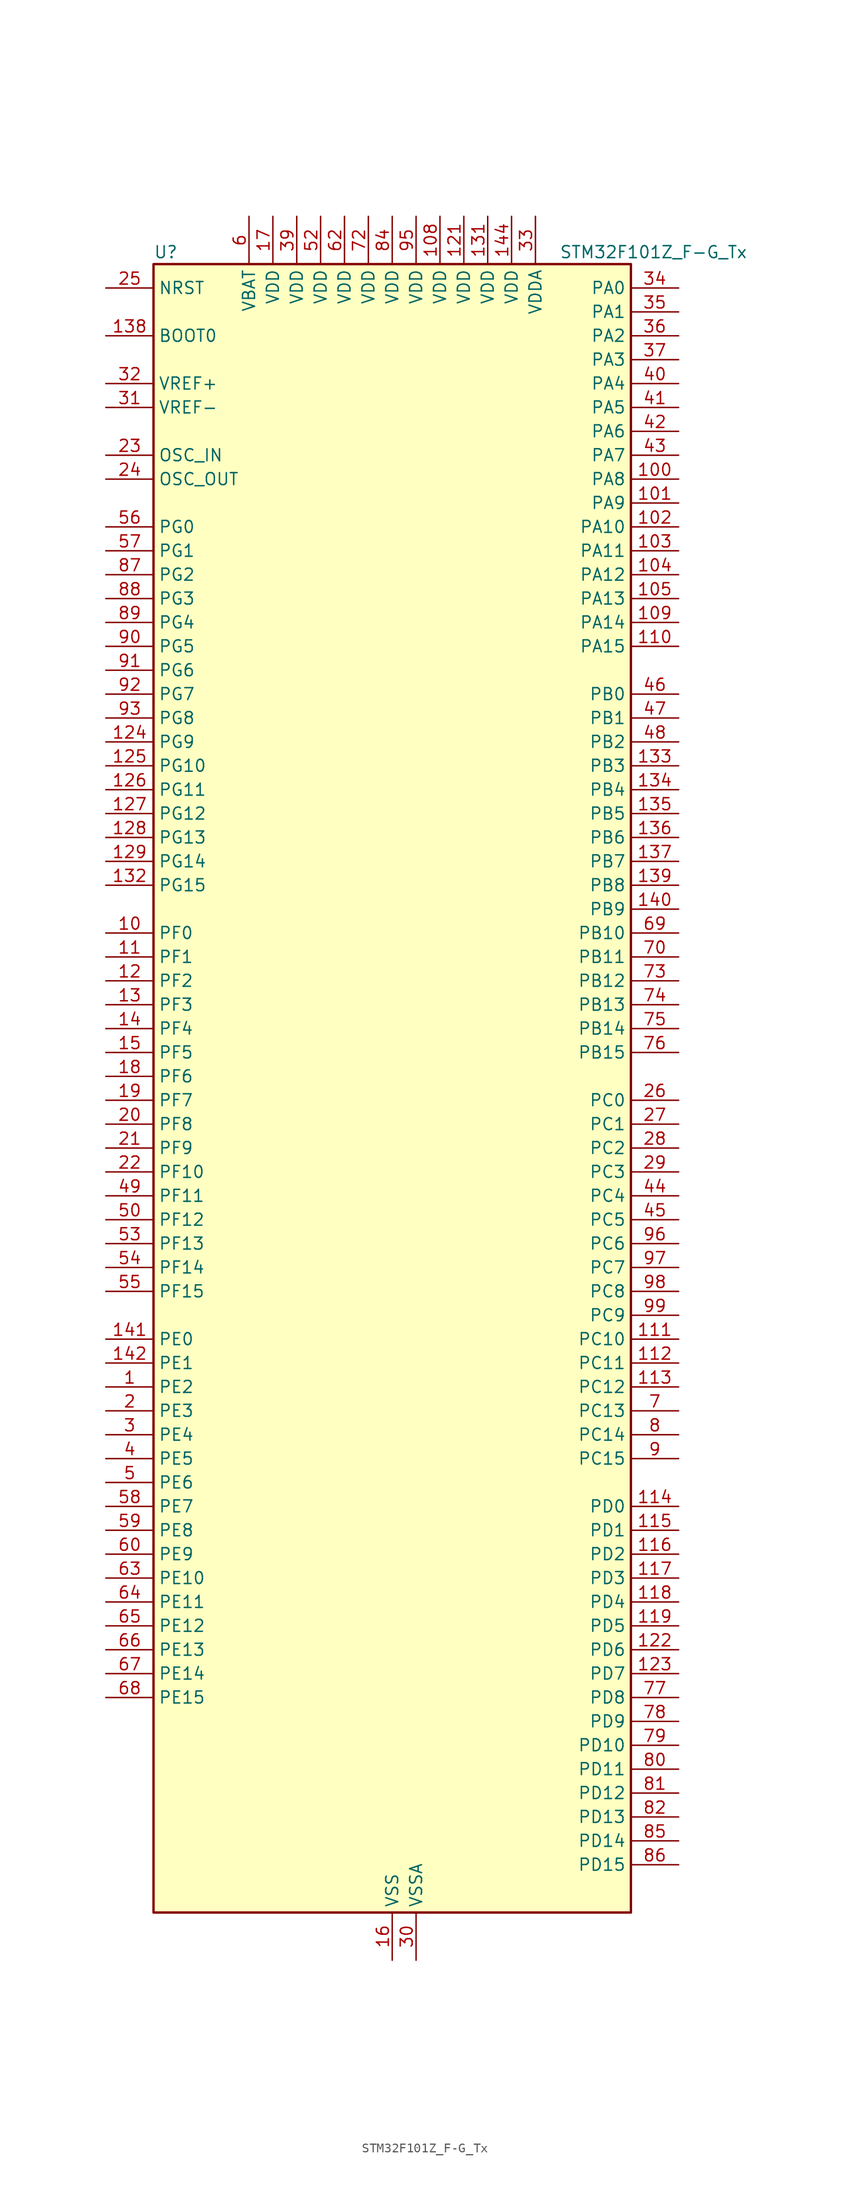
<source format=kicad_sym>
(kicad_symbol_lib
  (version 20231120)
  (generator "kicad_symbol_editor")
  (generator_version "8.0")
  (symbol "STM32F101Z_F-G_Tx"
    (property "Reference" "U"
      (at -25.4 90.17 0)
      (effects (font (size 1.27 1.27)) (justify left)))
    (property "Value" "STM32F101Z_F-G_Tx"
      (at 17.78 90.17 0)
      (effects (font (size 1.27 1.27)) (justify left)))
    (property "ki_locked" ""
      (at 0 0 0)
      (effects (font (size 1.27 1.27))))
    (symbol "STM32F101Z_F-G_Tx_0_1"
      (rectangle (start -25.4 -86.36) (end 25.4 88.9) (stroke (width 0.254) (type default)) (fill (type background))))
    (symbol "STM32F101Z_F-G_Tx_1_1"
      (pin bidirectional line (at -30.48 -30.48 0) (length 5.08) (name "PE2" (effects (font (size 1.27 1.27)))) (number "1" (effects (font (size 1.27 1.27)))) (alternate "FSMC_A23" bidirectional line) (alternate "SYS_TRACECLK" bidirectional line))
      (pin bidirectional line (at -30.48 17.78 0) (length 5.08) (name "PF0" (effects (font (size 1.27 1.27)))) (number "10" (effects (font (size 1.27 1.27)))) (alternate "FSMC_A0" bidirectional line))
      (pin bidirectional line (at 30.48 66.04 180) (length 5.08) (name "PA8" (effects (font (size 1.27 1.27)))) (number "100" (effects (font (size 1.27 1.27)))) (alternate "RCC_MCO" bidirectional line) (alternate "USART1_CK" bidirectional line))
      (pin bidirectional line (at 30.48 63.5 180) (length 5.08) (name "PA9" (effects (font (size 1.27 1.27)))) (number "101" (effects (font (size 1.27 1.27)))) (alternate "DAC_EXTI9" bidirectional line) (alternate "USART1_TX" bidirectional line))
      (pin bidirectional line (at 30.48 60.96 180) (length 5.08) (name "PA10" (effects (font (size 1.27 1.27)))) (number "102" (effects (font (size 1.27 1.27)))) (alternate "USART1_RX" bidirectional line))
      (pin bidirectional line (at 30.48 58.42 180) (length 5.08) (name "PA11" (effects (font (size 1.27 1.27)))) (number "103" (effects (font (size 1.27 1.27)))) (alternate "ADC1_EXTI11" bidirectional line) (alternate "USART1_CTS" bidirectional line))
      (pin bidirectional line (at 30.48 55.88 180) (length 5.08) (name "PA12" (effects (font (size 1.27 1.27)))) (number "104" (effects (font (size 1.27 1.27)))) (alternate "USART1_RTS" bidirectional line))
      (pin bidirectional line (at 30.48 53.34 180) (length 5.08) (name "PA13" (effects (font (size 1.27 1.27)))) (number "105" (effects (font (size 1.27 1.27)))) (alternate "SYS_JTMS-SWDIO" bidirectional line))
      (pin no_connect line (at -25.4 -86.36 0) (length 5.08) hide (name "NC" (effects (font (size 1.27 1.27)))) (number "106" (effects (font (size 1.27 1.27)))))
      (pin passive line (at 0 -91.44 90) (length 5.08) hide (name "VSS" (effects (font (size 1.27 1.27)))) (number "107" (effects (font (size 1.27 1.27)))))
      (pin power_in line (at 5.08 93.98 270) (length 5.08) (name "VDD" (effects (font (size 1.27 1.27)))) (number "108" (effects (font (size 1.27 1.27)))))
      (pin bidirectional line (at 30.48 50.8 180) (length 5.08) (name "PA14" (effects (font (size 1.27 1.27)))) (number "109" (effects (font (size 1.27 1.27)))) (alternate "SYS_JTCK-SWCLK" bidirectional line))
      (pin bidirectional line (at -30.48 15.24 0) (length 5.08) (name "PF1" (effects (font (size 1.27 1.27)))) (number "11" (effects (font (size 1.27 1.27)))) (alternate "FSMC_A1" bidirectional line))
      (pin bidirectional line (at 30.48 48.26 180) (length 5.08) (name "PA15" (effects (font (size 1.27 1.27)))) (number "110" (effects (font (size 1.27 1.27)))) (alternate "ADC1_EXTI15" bidirectional line) (alternate "SPI1_NSS" bidirectional line) (alternate "SPI3_NSS" bidirectional line) (alternate "SYS_JTDI" bidirectional line) (alternate "TIM2_CH1" bidirectional line) (alternate "TIM2_ETR" bidirectional line))
      (pin bidirectional line (at 30.48 -25.4 180) (length 5.08) (name "PC10" (effects (font (size 1.27 1.27)))) (number "111" (effects (font (size 1.27 1.27)))) (alternate "UART4_TX" bidirectional line) (alternate "USART3_TX" bidirectional line))
      (pin bidirectional line (at 30.48 -27.94 180) (length 5.08) (name "PC11" (effects (font (size 1.27 1.27)))) (number "112" (effects (font (size 1.27 1.27)))) (alternate "ADC1_EXTI11" bidirectional line) (alternate "UART4_RX" bidirectional line) (alternate "USART3_RX" bidirectional line))
      (pin bidirectional line (at 30.48 -30.48 180) (length 5.08) (name "PC12" (effects (font (size 1.27 1.27)))) (number "113" (effects (font (size 1.27 1.27)))) (alternate "UART5_TX" bidirectional line) (alternate "USART3_CK" bidirectional line))
      (pin bidirectional line (at 30.48 -43.18 180) (length 5.08) (name "PD0" (effects (font (size 1.27 1.27)))) (number "114" (effects (font (size 1.27 1.27)))) (alternate "FSMC_D2" bidirectional line) (alternate "FSMC_DA2" bidirectional line))
      (pin bidirectional line (at 30.48 -45.72 180) (length 5.08) (name "PD1" (effects (font (size 1.27 1.27)))) (number "115" (effects (font (size 1.27 1.27)))) (alternate "FSMC_D3" bidirectional line) (alternate "FSMC_DA3" bidirectional line))
      (pin bidirectional line (at 30.48 -48.26 180) (length 5.08) (name "PD2" (effects (font (size 1.27 1.27)))) (number "116" (effects (font (size 1.27 1.27)))) (alternate "TIM3_ETR" bidirectional line) (alternate "UART5_RX" bidirectional line))
      (pin bidirectional line (at 30.48 -50.8 180) (length 5.08) (name "PD3" (effects (font (size 1.27 1.27)))) (number "117" (effects (font (size 1.27 1.27)))) (alternate "FSMC_CLK" bidirectional line) (alternate "USART2_CTS" bidirectional line))
      (pin bidirectional line (at 30.48 -53.34 180) (length 5.08) (name "PD4" (effects (font (size 1.27 1.27)))) (number "118" (effects (font (size 1.27 1.27)))) (alternate "FSMC_NOE" bidirectional line) (alternate "USART2_RTS" bidirectional line))
      (pin bidirectional line (at 30.48 -55.88 180) (length 5.08) (name "PD5" (effects (font (size 1.27 1.27)))) (number "119" (effects (font (size 1.27 1.27)))) (alternate "FSMC_NWE" bidirectional line) (alternate "USART2_TX" bidirectional line))
      (pin bidirectional line (at -30.48 12.7 0) (length 5.08) (name "PF2" (effects (font (size 1.27 1.27)))) (number "12" (effects (font (size 1.27 1.27)))) (alternate "FSMC_A2" bidirectional line))
      (pin passive line (at 0 -91.44 90) (length 5.08) hide (name "VSS" (effects (font (size 1.27 1.27)))) (number "120" (effects (font (size 1.27 1.27)))))
      (pin power_in line (at 7.62 93.98 270) (length 5.08) (name "VDD" (effects (font (size 1.27 1.27)))) (number "121" (effects (font (size 1.27 1.27)))))
      (pin bidirectional line (at 30.48 -58.42 180) (length 5.08) (name "PD6" (effects (font (size 1.27 1.27)))) (number "122" (effects (font (size 1.27 1.27)))) (alternate "FSMC_NWAIT" bidirectional line) (alternate "USART2_RX" bidirectional line))
      (pin bidirectional line (at 30.48 -60.96 180) (length 5.08) (name "PD7" (effects (font (size 1.27 1.27)))) (number "123" (effects (font (size 1.27 1.27)))) (alternate "FSMC_NCE2" bidirectional line) (alternate "FSMC_NE1" bidirectional line) (alternate "USART2_CK" bidirectional line))
      (pin bidirectional line (at -30.48 38.1 0) (length 5.08) (name "PG9" (effects (font (size 1.27 1.27)))) (number "124" (effects (font (size 1.27 1.27)))) (alternate "DAC_EXTI9" bidirectional line) (alternate "FSMC_NCE3" bidirectional line) (alternate "FSMC_NE2" bidirectional line))
      (pin bidirectional line (at -30.48 35.56 0) (length 5.08) (name "PG10" (effects (font (size 1.27 1.27)))) (number "125" (effects (font (size 1.27 1.27)))) (alternate "FSMC_NCE4_1" bidirectional line) (alternate "FSMC_NE3" bidirectional line))
      (pin bidirectional line (at -30.48 33.02 0) (length 5.08) (name "PG11" (effects (font (size 1.27 1.27)))) (number "126" (effects (font (size 1.27 1.27)))) (alternate "ADC1_EXTI11" bidirectional line) (alternate "FSMC_NCE4_2" bidirectional line))
      (pin bidirectional line (at -30.48 30.48 0) (length 5.08) (name "PG12" (effects (font (size 1.27 1.27)))) (number "127" (effects (font (size 1.27 1.27)))) (alternate "FSMC_NE4" bidirectional line))
      (pin bidirectional line (at -30.48 27.94 0) (length 5.08) (name "PG13" (effects (font (size 1.27 1.27)))) (number "128" (effects (font (size 1.27 1.27)))) (alternate "FSMC_A24" bidirectional line))
      (pin bidirectional line (at -30.48 25.4 0) (length 5.08) (name "PG14" (effects (font (size 1.27 1.27)))) (number "129" (effects (font (size 1.27 1.27)))) (alternate "FSMC_A25" bidirectional line))
      (pin bidirectional line (at -30.48 10.16 0) (length 5.08) (name "PF3" (effects (font (size 1.27 1.27)))) (number "13" (effects (font (size 1.27 1.27)))) (alternate "FSMC_A3" bidirectional line))
      (pin passive line (at 0 -91.44 90) (length 5.08) hide (name "VSS" (effects (font (size 1.27 1.27)))) (number "130" (effects (font (size 1.27 1.27)))))
      (pin power_in line (at 10.16 93.98 270) (length 5.08) (name "VDD" (effects (font (size 1.27 1.27)))) (number "131" (effects (font (size 1.27 1.27)))))
      (pin bidirectional line (at -30.48 22.86 0) (length 5.08) (name "PG15" (effects (font (size 1.27 1.27)))) (number "132" (effects (font (size 1.27 1.27)))) (alternate "ADC1_EXTI15" bidirectional line))
      (pin bidirectional line (at 30.48 35.56 180) (length 5.08) (name "PB3" (effects (font (size 1.27 1.27)))) (number "133" (effects (font (size 1.27 1.27)))) (alternate "SPI1_SCK" bidirectional line) (alternate "SPI3_SCK" bidirectional line) (alternate "SYS_JTDO-TRACESWO" bidirectional line) (alternate "TIM2_CH2" bidirectional line))
      (pin bidirectional line (at 30.48 33.02 180) (length 5.08) (name "PB4" (effects (font (size 1.27 1.27)))) (number "134" (effects (font (size 1.27 1.27)))) (alternate "SPI1_MISO" bidirectional line) (alternate "SPI3_MISO" bidirectional line) (alternate "SYS_NJTRST" bidirectional line) (alternate "TIM3_CH1" bidirectional line))
      (pin bidirectional line (at 30.48 30.48 180) (length 5.08) (name "PB5" (effects (font (size 1.27 1.27)))) (number "135" (effects (font (size 1.27 1.27)))) (alternate "I2C1_SMBA" bidirectional line) (alternate "SPI1_MOSI" bidirectional line) (alternate "SPI3_MOSI" bidirectional line) (alternate "TIM3_CH2" bidirectional line))
      (pin bidirectional line (at 30.48 27.94 180) (length 5.08) (name "PB6" (effects (font (size 1.27 1.27)))) (number "136" (effects (font (size 1.27 1.27)))) (alternate "I2C1_SCL" bidirectional line) (alternate "TIM4_CH1" bidirectional line) (alternate "USART1_TX" bidirectional line))
      (pin bidirectional line (at 30.48 25.4 180) (length 5.08) (name "PB7" (effects (font (size 1.27 1.27)))) (number "137" (effects (font (size 1.27 1.27)))) (alternate "FSMC_NL" bidirectional line) (alternate "I2C1_SDA" bidirectional line) (alternate "TIM4_CH2" bidirectional line) (alternate "USART1_RX" bidirectional line))
      (pin input line (at -30.48 81.28 0) (length 5.08) (name "BOOT0" (effects (font (size 1.27 1.27)))) (number "138" (effects (font (size 1.27 1.27)))))
      (pin bidirectional line (at 30.48 22.86 180) (length 5.08) (name "PB8" (effects (font (size 1.27 1.27)))) (number "139" (effects (font (size 1.27 1.27)))) (alternate "I2C1_SCL" bidirectional line) (alternate "TIM10_CH1" bidirectional line) (alternate "TIM4_CH3" bidirectional line))
      (pin bidirectional line (at -30.48 7.62 0) (length 5.08) (name "PF4" (effects (font (size 1.27 1.27)))) (number "14" (effects (font (size 1.27 1.27)))) (alternate "FSMC_A4" bidirectional line))
      (pin bidirectional line (at 30.48 20.32 180) (length 5.08) (name "PB9" (effects (font (size 1.27 1.27)))) (number "140" (effects (font (size 1.27 1.27)))) (alternate "DAC_EXTI9" bidirectional line) (alternate "I2C1_SDA" bidirectional line) (alternate "TIM11_CH1" bidirectional line) (alternate "TIM4_CH4" bidirectional line))
      (pin bidirectional line (at -30.48 -25.4 0) (length 5.08) (name "PE0" (effects (font (size 1.27 1.27)))) (number "141" (effects (font (size 1.27 1.27)))) (alternate "FSMC_NBL0" bidirectional line) (alternate "TIM4_ETR" bidirectional line))
      (pin bidirectional line (at -30.48 -27.94 0) (length 5.08) (name "PE1" (effects (font (size 1.27 1.27)))) (number "142" (effects (font (size 1.27 1.27)))) (alternate "FSMC_NBL1" bidirectional line))
      (pin passive line (at 0 -91.44 90) (length 5.08) hide (name "VSS" (effects (font (size 1.27 1.27)))) (number "143" (effects (font (size 1.27 1.27)))))
      (pin power_in line (at 12.7 93.98 270) (length 5.08) (name "VDD" (effects (font (size 1.27 1.27)))) (number "144" (effects (font (size 1.27 1.27)))))
      (pin bidirectional line (at -30.48 5.08 0) (length 5.08) (name "PF5" (effects (font (size 1.27 1.27)))) (number "15" (effects (font (size 1.27 1.27)))) (alternate "FSMC_A5" bidirectional line))
      (pin power_in line (at 0 -91.44 90) (length 5.08) (name "VSS" (effects (font (size 1.27 1.27)))) (number "16" (effects (font (size 1.27 1.27)))))
      (pin power_in line (at -12.7 93.98 270) (length 5.08) (name "VDD" (effects (font (size 1.27 1.27)))) (number "17" (effects (font (size 1.27 1.27)))))
      (pin bidirectional line (at -30.48 2.54 0) (length 5.08) (name "PF6" (effects (font (size 1.27 1.27)))) (number "18" (effects (font (size 1.27 1.27)))) (alternate "FSMC_NIORD" bidirectional line) (alternate "TIM10_CH1" bidirectional line))
      (pin bidirectional line (at -30.48 0 0) (length 5.08) (name "PF7" (effects (font (size 1.27 1.27)))) (number "19" (effects (font (size 1.27 1.27)))) (alternate "FSMC_NREG" bidirectional line) (alternate "TIM11_CH1" bidirectional line))
      (pin bidirectional line (at -30.48 -33.02 0) (length 5.08) (name "PE3" (effects (font (size 1.27 1.27)))) (number "2" (effects (font (size 1.27 1.27)))) (alternate "FSMC_A19" bidirectional line) (alternate "SYS_TRACED0" bidirectional line))
      (pin bidirectional line (at -30.48 -2.54 0) (length 5.08) (name "PF8" (effects (font (size 1.27 1.27)))) (number "20" (effects (font (size 1.27 1.27)))) (alternate "FSMC_NIOWR" bidirectional line) (alternate "TIM13_CH1" bidirectional line))
      (pin bidirectional line (at -30.48 -5.08 0) (length 5.08) (name "PF9" (effects (font (size 1.27 1.27)))) (number "21" (effects (font (size 1.27 1.27)))) (alternate "DAC_EXTI9" bidirectional line) (alternate "FSMC_CD" bidirectional line) (alternate "TIM14_CH1" bidirectional line))
      (pin bidirectional line (at -30.48 -7.62 0) (length 5.08) (name "PF10" (effects (font (size 1.27 1.27)))) (number "22" (effects (font (size 1.27 1.27)))) (alternate "FSMC_INTR" bidirectional line))
      (pin input line (at -30.48 68.58 0) (length 5.08) (name "OSC_IN" (effects (font (size 1.27 1.27)))) (number "23" (effects (font (size 1.27 1.27)))) (alternate "RCC_OSC_IN" bidirectional line))
      (pin input line (at -30.48 66.04 0) (length 5.08) (name "OSC_OUT" (effects (font (size 1.27 1.27)))) (number "24" (effects (font (size 1.27 1.27)))) (alternate "RCC_OSC_OUT" bidirectional line))
      (pin input line (at -30.48 86.36 0) (length 5.08) (name "NRST" (effects (font (size 1.27 1.27)))) (number "25" (effects (font (size 1.27 1.27)))))
      (pin bidirectional line (at 30.48 0 180) (length 5.08) (name "PC0" (effects (font (size 1.27 1.27)))) (number "26" (effects (font (size 1.27 1.27)))) (alternate "ADC1_IN10" bidirectional line))
      (pin bidirectional line (at 30.48 -2.54 180) (length 5.08) (name "PC1" (effects (font (size 1.27 1.27)))) (number "27" (effects (font (size 1.27 1.27)))) (alternate "ADC1_IN11" bidirectional line))
      (pin bidirectional line (at 30.48 -5.08 180) (length 5.08) (name "PC2" (effects (font (size 1.27 1.27)))) (number "28" (effects (font (size 1.27 1.27)))) (alternate "ADC1_IN12" bidirectional line))
      (pin bidirectional line (at 30.48 -7.62 180) (length 5.08) (name "PC3" (effects (font (size 1.27 1.27)))) (number "29" (effects (font (size 1.27 1.27)))) (alternate "ADC1_IN13" bidirectional line))
      (pin bidirectional line (at -30.48 -35.56 0) (length 5.08) (name "PE4" (effects (font (size 1.27 1.27)))) (number "3" (effects (font (size 1.27 1.27)))) (alternate "FSMC_A20" bidirectional line) (alternate "SYS_TRACED1" bidirectional line))
      (pin power_in line (at 2.54 -91.44 90) (length 5.08) (name "VSSA" (effects (font (size 1.27 1.27)))) (number "30" (effects (font (size 1.27 1.27)))))
      (pin input line (at -30.48 73.66 0) (length 5.08) (name "VREF-" (effects (font (size 1.27 1.27)))) (number "31" (effects (font (size 1.27 1.27)))))
      (pin input line (at -30.48 76.2 0) (length 5.08) (name "VREF+" (effects (font (size 1.27 1.27)))) (number "32" (effects (font (size 1.27 1.27)))))
      (pin power_in line (at 15.24 93.98 270) (length 5.08) (name "VDDA" (effects (font (size 1.27 1.27)))) (number "33" (effects (font (size 1.27 1.27)))))
      (pin bidirectional line (at 30.48 86.36 180) (length 5.08) (name "PA0" (effects (font (size 1.27 1.27)))) (number "34" (effects (font (size 1.27 1.27)))) (alternate "ADC1_IN0" bidirectional line) (alternate "SYS_WKUP" bidirectional line) (alternate "TIM2_CH1" bidirectional line) (alternate "TIM2_ETR" bidirectional line) (alternate "TIM5_CH1" bidirectional line) (alternate "USART2_CTS" bidirectional line))
      (pin bidirectional line (at 30.48 83.82 180) (length 5.08) (name "PA1" (effects (font (size 1.27 1.27)))) (number "35" (effects (font (size 1.27 1.27)))) (alternate "ADC1_IN1" bidirectional line) (alternate "TIM2_CH2" bidirectional line) (alternate "TIM5_CH2" bidirectional line) (alternate "USART2_RTS" bidirectional line))
      (pin bidirectional line (at 30.48 81.28 180) (length 5.08) (name "PA2" (effects (font (size 1.27 1.27)))) (number "36" (effects (font (size 1.27 1.27)))) (alternate "ADC1_IN2" bidirectional line) (alternate "TIM2_CH3" bidirectional line) (alternate "TIM5_CH3" bidirectional line) (alternate "TIM9_CH1" bidirectional line) (alternate "USART2_TX" bidirectional line))
      (pin bidirectional line (at 30.48 78.74 180) (length 5.08) (name "PA3" (effects (font (size 1.27 1.27)))) (number "37" (effects (font (size 1.27 1.27)))) (alternate "ADC1_IN3" bidirectional line) (alternate "TIM2_CH4" bidirectional line) (alternate "TIM5_CH4" bidirectional line) (alternate "TIM9_CH2" bidirectional line) (alternate "USART2_RX" bidirectional line))
      (pin passive line (at 0 -91.44 90) (length 5.08) hide (name "VSS" (effects (font (size 1.27 1.27)))) (number "38" (effects (font (size 1.27 1.27)))))
      (pin power_in line (at -10.16 93.98 270) (length 5.08) (name "VDD" (effects (font (size 1.27 1.27)))) (number "39" (effects (font (size 1.27 1.27)))))
      (pin bidirectional line (at -30.48 -38.1 0) (length 5.08) (name "PE5" (effects (font (size 1.27 1.27)))) (number "4" (effects (font (size 1.27 1.27)))) (alternate "FSMC_A21" bidirectional line) (alternate "SYS_TRACED2" bidirectional line) (alternate "TIM9_CH1" bidirectional line))
      (pin bidirectional line (at 30.48 76.2 180) (length 5.08) (name "PA4" (effects (font (size 1.27 1.27)))) (number "40" (effects (font (size 1.27 1.27)))) (alternate "ADC1_IN4" bidirectional line) (alternate "DAC_OUT1" bidirectional line) (alternate "SPI1_NSS" bidirectional line) (alternate "USART2_CK" bidirectional line))
      (pin bidirectional line (at 30.48 73.66 180) (length 5.08) (name "PA5" (effects (font (size 1.27 1.27)))) (number "41" (effects (font (size 1.27 1.27)))) (alternate "ADC1_IN5" bidirectional line) (alternate "DAC_OUT2" bidirectional line) (alternate "SPI1_SCK" bidirectional line))
      (pin bidirectional line (at 30.48 71.12 180) (length 5.08) (name "PA6" (effects (font (size 1.27 1.27)))) (number "42" (effects (font (size 1.27 1.27)))) (alternate "ADC1_IN6" bidirectional line) (alternate "SPI1_MISO" bidirectional line) (alternate "TIM13_CH1" bidirectional line) (alternate "TIM3_CH1" bidirectional line))
      (pin bidirectional line (at 30.48 68.58 180) (length 5.08) (name "PA7" (effects (font (size 1.27 1.27)))) (number "43" (effects (font (size 1.27 1.27)))) (alternate "ADC1_IN7" bidirectional line) (alternate "SPI1_MOSI" bidirectional line) (alternate "TIM14_CH1" bidirectional line) (alternate "TIM3_CH2" bidirectional line))
      (pin bidirectional line (at 30.48 -10.16 180) (length 5.08) (name "PC4" (effects (font (size 1.27 1.27)))) (number "44" (effects (font (size 1.27 1.27)))) (alternate "ADC1_IN14" bidirectional line))
      (pin bidirectional line (at 30.48 -12.7 180) (length 5.08) (name "PC5" (effects (font (size 1.27 1.27)))) (number "45" (effects (font (size 1.27 1.27)))) (alternate "ADC1_IN15" bidirectional line))
      (pin bidirectional line (at 30.48 43.18 180) (length 5.08) (name "PB0" (effects (font (size 1.27 1.27)))) (number "46" (effects (font (size 1.27 1.27)))) (alternate "ADC1_IN8" bidirectional line) (alternate "TIM3_CH3" bidirectional line))
      (pin bidirectional line (at 30.48 40.64 180) (length 5.08) (name "PB1" (effects (font (size 1.27 1.27)))) (number "47" (effects (font (size 1.27 1.27)))) (alternate "ADC1_IN9" bidirectional line) (alternate "TIM3_CH4" bidirectional line))
      (pin bidirectional line (at 30.48 38.1 180) (length 5.08) (name "PB2" (effects (font (size 1.27 1.27)))) (number "48" (effects (font (size 1.27 1.27)))))
      (pin bidirectional line (at -30.48 -10.16 0) (length 5.08) (name "PF11" (effects (font (size 1.27 1.27)))) (number "49" (effects (font (size 1.27 1.27)))) (alternate "ADC1_EXTI11" bidirectional line) (alternate "FSMC_NIOS16" bidirectional line))
      (pin bidirectional line (at -30.48 -40.64 0) (length 5.08) (name "PE6" (effects (font (size 1.27 1.27)))) (number "5" (effects (font (size 1.27 1.27)))) (alternate "FSMC_A22" bidirectional line) (alternate "SYS_TRACED3" bidirectional line) (alternate "TIM9_CH2" bidirectional line))
      (pin bidirectional line (at -30.48 -12.7 0) (length 5.08) (name "PF12" (effects (font (size 1.27 1.27)))) (number "50" (effects (font (size 1.27 1.27)))) (alternate "FSMC_A6" bidirectional line))
      (pin passive line (at 0 -91.44 90) (length 5.08) hide (name "VSS" (effects (font (size 1.27 1.27)))) (number "51" (effects (font (size 1.27 1.27)))))
      (pin power_in line (at -7.62 93.98 270) (length 5.08) (name "VDD" (effects (font (size 1.27 1.27)))) (number "52" (effects (font (size 1.27 1.27)))))
      (pin bidirectional line (at -30.48 -15.24 0) (length 5.08) (name "PF13" (effects (font (size 1.27 1.27)))) (number "53" (effects (font (size 1.27 1.27)))) (alternate "FSMC_A7" bidirectional line))
      (pin bidirectional line (at -30.48 -17.78 0) (length 5.08) (name "PF14" (effects (font (size 1.27 1.27)))) (number "54" (effects (font (size 1.27 1.27)))) (alternate "FSMC_A8" bidirectional line))
      (pin bidirectional line (at -30.48 -20.32 0) (length 5.08) (name "PF15" (effects (font (size 1.27 1.27)))) (number "55" (effects (font (size 1.27 1.27)))) (alternate "ADC1_EXTI15" bidirectional line) (alternate "FSMC_A9" bidirectional line))
      (pin bidirectional line (at -30.48 60.96 0) (length 5.08) (name "PG0" (effects (font (size 1.27 1.27)))) (number "56" (effects (font (size 1.27 1.27)))) (alternate "FSMC_A10" bidirectional line))
      (pin bidirectional line (at -30.48 58.42 0) (length 5.08) (name "PG1" (effects (font (size 1.27 1.27)))) (number "57" (effects (font (size 1.27 1.27)))) (alternate "FSMC_A11" bidirectional line))
      (pin bidirectional line (at -30.48 -43.18 0) (length 5.08) (name "PE7" (effects (font (size 1.27 1.27)))) (number "58" (effects (font (size 1.27 1.27)))) (alternate "FSMC_D4" bidirectional line) (alternate "FSMC_DA4" bidirectional line))
      (pin bidirectional line (at -30.48 -45.72 0) (length 5.08) (name "PE8" (effects (font (size 1.27 1.27)))) (number "59" (effects (font (size 1.27 1.27)))) (alternate "FSMC_D5" bidirectional line) (alternate "FSMC_DA5" bidirectional line))
      (pin power_in line (at -15.24 93.98 270) (length 5.08) (name "VBAT" (effects (font (size 1.27 1.27)))) (number "6" (effects (font (size 1.27 1.27)))))
      (pin bidirectional line (at -30.48 -48.26 0) (length 5.08) (name "PE9" (effects (font (size 1.27 1.27)))) (number "60" (effects (font (size 1.27 1.27)))) (alternate "DAC_EXTI9" bidirectional line) (alternate "FSMC_D6" bidirectional line) (alternate "FSMC_DA6" bidirectional line))
      (pin passive line (at 0 -91.44 90) (length 5.08) hide (name "VSS" (effects (font (size 1.27 1.27)))) (number "61" (effects (font (size 1.27 1.27)))))
      (pin power_in line (at -5.08 93.98 270) (length 5.08) (name "VDD" (effects (font (size 1.27 1.27)))) (number "62" (effects (font (size 1.27 1.27)))))
      (pin bidirectional line (at -30.48 -50.8 0) (length 5.08) (name "PE10" (effects (font (size 1.27 1.27)))) (number "63" (effects (font (size 1.27 1.27)))) (alternate "FSMC_D7" bidirectional line) (alternate "FSMC_DA7" bidirectional line))
      (pin bidirectional line (at -30.48 -53.34 0) (length 5.08) (name "PE11" (effects (font (size 1.27 1.27)))) (number "64" (effects (font (size 1.27 1.27)))) (alternate "ADC1_EXTI11" bidirectional line) (alternate "FSMC_D8" bidirectional line) (alternate "FSMC_DA8" bidirectional line))
      (pin bidirectional line (at -30.48 -55.88 0) (length 5.08) (name "PE12" (effects (font (size 1.27 1.27)))) (number "65" (effects (font (size 1.27 1.27)))) (alternate "FSMC_D9" bidirectional line) (alternate "FSMC_DA9" bidirectional line))
      (pin bidirectional line (at -30.48 -58.42 0) (length 5.08) (name "PE13" (effects (font (size 1.27 1.27)))) (number "66" (effects (font (size 1.27 1.27)))) (alternate "FSMC_D10" bidirectional line) (alternate "FSMC_DA10" bidirectional line))
      (pin bidirectional line (at -30.48 -60.96 0) (length 5.08) (name "PE14" (effects (font (size 1.27 1.27)))) (number "67" (effects (font (size 1.27 1.27)))) (alternate "FSMC_D11" bidirectional line) (alternate "FSMC_DA11" bidirectional line))
      (pin bidirectional line (at -30.48 -63.5 0) (length 5.08) (name "PE15" (effects (font (size 1.27 1.27)))) (number "68" (effects (font (size 1.27 1.27)))) (alternate "ADC1_EXTI15" bidirectional line) (alternate "FSMC_D12" bidirectional line) (alternate "FSMC_DA12" bidirectional line))
      (pin bidirectional line (at 30.48 17.78 180) (length 5.08) (name "PB10" (effects (font (size 1.27 1.27)))) (number "69" (effects (font (size 1.27 1.27)))) (alternate "I2C2_SCL" bidirectional line) (alternate "TIM2_CH3" bidirectional line) (alternate "USART3_TX" bidirectional line))
      (pin bidirectional line (at 30.48 -33.02 180) (length 5.08) (name "PC13" (effects (font (size 1.27 1.27)))) (number "7" (effects (font (size 1.27 1.27)))) (alternate "RTC_OUT" bidirectional line) (alternate "RTC_TAMPER" bidirectional line))
      (pin bidirectional line (at 30.48 15.24 180) (length 5.08) (name "PB11" (effects (font (size 1.27 1.27)))) (number "70" (effects (font (size 1.27 1.27)))) (alternate "ADC1_EXTI11" bidirectional line) (alternate "I2C2_SDA" bidirectional line) (alternate "TIM2_CH4" bidirectional line) (alternate "USART3_RX" bidirectional line))
      (pin passive line (at 0 -91.44 90) (length 5.08) hide (name "VSS" (effects (font (size 1.27 1.27)))) (number "71" (effects (font (size 1.27 1.27)))))
      (pin power_in line (at -2.54 93.98 270) (length 5.08) (name "VDD" (effects (font (size 1.27 1.27)))) (number "72" (effects (font (size 1.27 1.27)))))
      (pin bidirectional line (at 30.48 12.7 180) (length 5.08) (name "PB12" (effects (font (size 1.27 1.27)))) (number "73" (effects (font (size 1.27 1.27)))) (alternate "I2C2_SMBA" bidirectional line) (alternate "SPI2_NSS" bidirectional line) (alternate "USART3_CK" bidirectional line))
      (pin bidirectional line (at 30.48 10.16 180) (length 5.08) (name "PB13" (effects (font (size 1.27 1.27)))) (number "74" (effects (font (size 1.27 1.27)))) (alternate "SPI2_SCK" bidirectional line) (alternate "USART3_CTS" bidirectional line))
      (pin bidirectional line (at 30.48 7.62 180) (length 5.08) (name "PB14" (effects (font (size 1.27 1.27)))) (number "75" (effects (font (size 1.27 1.27)))) (alternate "SPI2_MISO" bidirectional line) (alternate "TIM12_CH1" bidirectional line) (alternate "USART3_RTS" bidirectional line))
      (pin bidirectional line (at 30.48 5.08 180) (length 5.08) (name "PB15" (effects (font (size 1.27 1.27)))) (number "76" (effects (font (size 1.27 1.27)))) (alternate "ADC1_EXTI15" bidirectional line) (alternate "SPI2_MOSI" bidirectional line) (alternate "TIM12_CH2" bidirectional line))
      (pin bidirectional line (at 30.48 -63.5 180) (length 5.08) (name "PD8" (effects (font (size 1.27 1.27)))) (number "77" (effects (font (size 1.27 1.27)))) (alternate "FSMC_D13" bidirectional line) (alternate "FSMC_DA13" bidirectional line) (alternate "USART3_TX" bidirectional line))
      (pin bidirectional line (at 30.48 -66.04 180) (length 5.08) (name "PD9" (effects (font (size 1.27 1.27)))) (number "78" (effects (font (size 1.27 1.27)))) (alternate "DAC_EXTI9" bidirectional line) (alternate "FSMC_D14" bidirectional line) (alternate "FSMC_DA14" bidirectional line) (alternate "USART3_RX" bidirectional line))
      (pin bidirectional line (at 30.48 -68.58 180) (length 5.08) (name "PD10" (effects (font (size 1.27 1.27)))) (number "79" (effects (font (size 1.27 1.27)))) (alternate "FSMC_D15" bidirectional line) (alternate "FSMC_DA15" bidirectional line) (alternate "USART3_CK" bidirectional line))
      (pin bidirectional line (at 30.48 -35.56 180) (length 5.08) (name "PC14" (effects (font (size 1.27 1.27)))) (number "8" (effects (font (size 1.27 1.27)))) (alternate "RCC_OSC32_IN" bidirectional line))
      (pin bidirectional line (at 30.48 -71.12 180) (length 5.08) (name "PD11" (effects (font (size 1.27 1.27)))) (number "80" (effects (font (size 1.27 1.27)))) (alternate "ADC1_EXTI11" bidirectional line) (alternate "FSMC_A16" bidirectional line) (alternate "FSMC_CLE" bidirectional line) (alternate "USART3_CTS" bidirectional line))
      (pin bidirectional line (at 30.48 -73.66 180) (length 5.08) (name "PD12" (effects (font (size 1.27 1.27)))) (number "81" (effects (font (size 1.27 1.27)))) (alternate "FSMC_A17" bidirectional line) (alternate "FSMC_ALE" bidirectional line) (alternate "TIM4_CH1" bidirectional line) (alternate "USART3_RTS" bidirectional line))
      (pin bidirectional line (at 30.48 -76.2 180) (length 5.08) (name "PD13" (effects (font (size 1.27 1.27)))) (number "82" (effects (font (size 1.27 1.27)))) (alternate "FSMC_A18" bidirectional line) (alternate "TIM4_CH2" bidirectional line))
      (pin passive line (at 0 -91.44 90) (length 5.08) hide (name "VSS" (effects (font (size 1.27 1.27)))) (number "83" (effects (font (size 1.27 1.27)))))
      (pin power_in line (at 0 93.98 270) (length 5.08) (name "VDD" (effects (font (size 1.27 1.27)))) (number "84" (effects (font (size 1.27 1.27)))))
      (pin bidirectional line (at 30.48 -78.74 180) (length 5.08) (name "PD14" (effects (font (size 1.27 1.27)))) (number "85" (effects (font (size 1.27 1.27)))) (alternate "FSMC_D0" bidirectional line) (alternate "FSMC_DA0" bidirectional line) (alternate "TIM4_CH3" bidirectional line))
      (pin bidirectional line (at 30.48 -81.28 180) (length 5.08) (name "PD15" (effects (font (size 1.27 1.27)))) (number "86" (effects (font (size 1.27 1.27)))) (alternate "ADC1_EXTI15" bidirectional line) (alternate "FSMC_D1" bidirectional line) (alternate "FSMC_DA1" bidirectional line) (alternate "TIM4_CH4" bidirectional line))
      (pin bidirectional line (at -30.48 55.88 0) (length 5.08) (name "PG2" (effects (font (size 1.27 1.27)))) (number "87" (effects (font (size 1.27 1.27)))) (alternate "FSMC_A12" bidirectional line))
      (pin bidirectional line (at -30.48 53.34 0) (length 5.08) (name "PG3" (effects (font (size 1.27 1.27)))) (number "88" (effects (font (size 1.27 1.27)))) (alternate "FSMC_A13" bidirectional line))
      (pin bidirectional line (at -30.48 50.8 0) (length 5.08) (name "PG4" (effects (font (size 1.27 1.27)))) (number "89" (effects (font (size 1.27 1.27)))) (alternate "FSMC_A14" bidirectional line))
      (pin bidirectional line (at 30.48 -38.1 180) (length 5.08) (name "PC15" (effects (font (size 1.27 1.27)))) (number "9" (effects (font (size 1.27 1.27)))) (alternate "ADC1_EXTI15" bidirectional line) (alternate "RCC_OSC32_OUT" bidirectional line))
      (pin bidirectional line (at -30.48 48.26 0) (length 5.08) (name "PG5" (effects (font (size 1.27 1.27)))) (number "90" (effects (font (size 1.27 1.27)))) (alternate "FSMC_A15" bidirectional line))
      (pin bidirectional line (at -30.48 45.72 0) (length 5.08) (name "PG6" (effects (font (size 1.27 1.27)))) (number "91" (effects (font (size 1.27 1.27)))) (alternate "FSMC_INT2" bidirectional line))
      (pin bidirectional line (at -30.48 43.18 0) (length 5.08) (name "PG7" (effects (font (size 1.27 1.27)))) (number "92" (effects (font (size 1.27 1.27)))) (alternate "FSMC_INT3" bidirectional line))
      (pin bidirectional line (at -30.48 40.64 0) (length 5.08) (name "PG8" (effects (font (size 1.27 1.27)))) (number "93" (effects (font (size 1.27 1.27)))))
      (pin passive line (at 0 -91.44 90) (length 5.08) hide (name "VSS" (effects (font (size 1.27 1.27)))) (number "94" (effects (font (size 1.27 1.27)))))
      (pin power_in line (at 2.54 93.98 270) (length 5.08) (name "VDD" (effects (font (size 1.27 1.27)))) (number "95" (effects (font (size 1.27 1.27)))))
      (pin bidirectional line (at 30.48 -15.24 180) (length 5.08) (name "PC6" (effects (font (size 1.27 1.27)))) (number "96" (effects (font (size 1.27 1.27)))) (alternate "TIM3_CH1" bidirectional line))
      (pin bidirectional line (at 30.48 -17.78 180) (length 5.08) (name "PC7" (effects (font (size 1.27 1.27)))) (number "97" (effects (font (size 1.27 1.27)))) (alternate "TIM3_CH2" bidirectional line))
      (pin bidirectional line (at 30.48 -20.32 180) (length 5.08) (name "PC8" (effects (font (size 1.27 1.27)))) (number "98" (effects (font (size 1.27 1.27)))) (alternate "TIM3_CH3" bidirectional line))
      (pin bidirectional line (at 30.48 -22.86 180) (length 5.08) (name "PC9" (effects (font (size 1.27 1.27)))) (number "99" (effects (font (size 1.27 1.27)))) (alternate "DAC_EXTI9" bidirectional line) (alternate "TIM3_CH4" bidirectional line)))))
</source>
